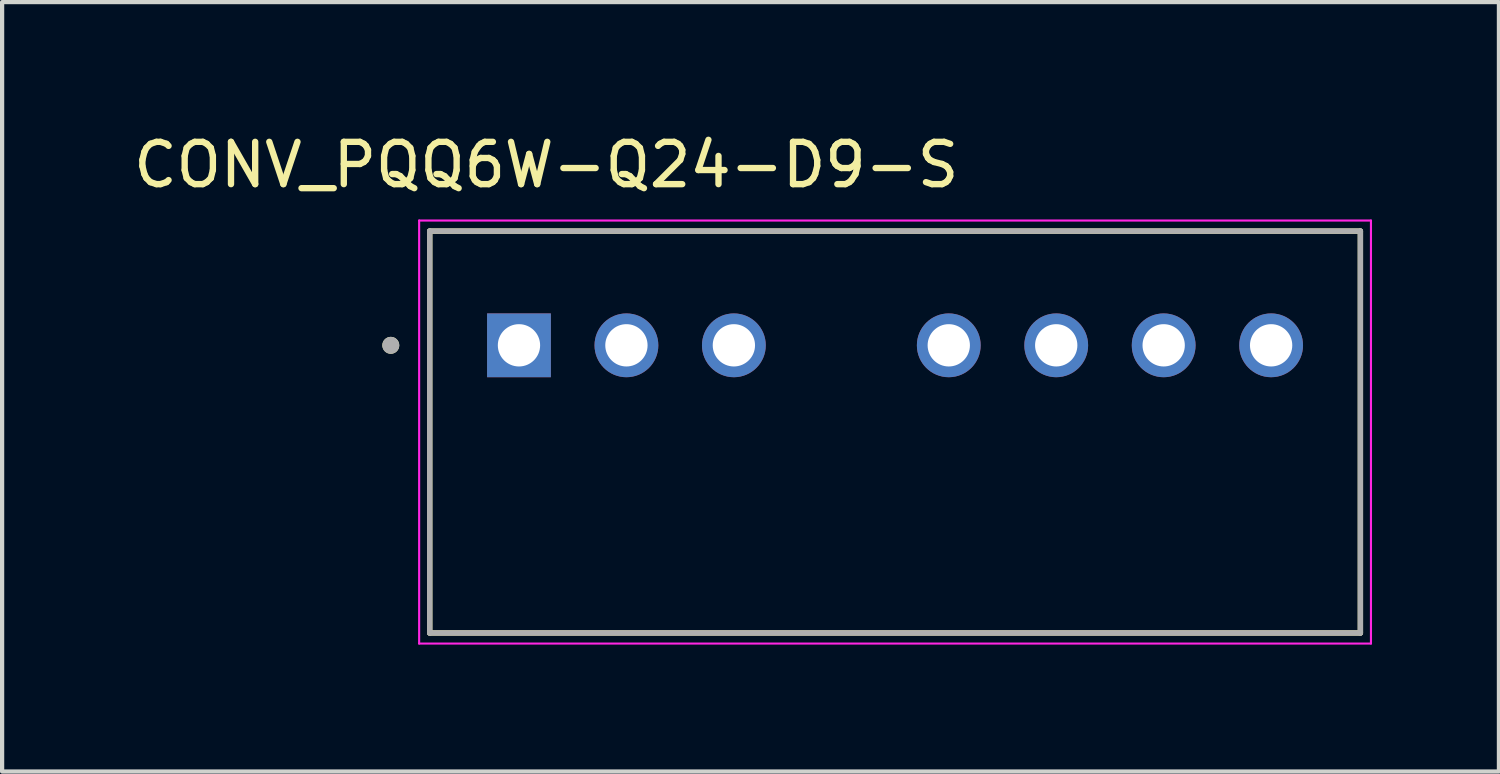
<source format=kicad_pcb>
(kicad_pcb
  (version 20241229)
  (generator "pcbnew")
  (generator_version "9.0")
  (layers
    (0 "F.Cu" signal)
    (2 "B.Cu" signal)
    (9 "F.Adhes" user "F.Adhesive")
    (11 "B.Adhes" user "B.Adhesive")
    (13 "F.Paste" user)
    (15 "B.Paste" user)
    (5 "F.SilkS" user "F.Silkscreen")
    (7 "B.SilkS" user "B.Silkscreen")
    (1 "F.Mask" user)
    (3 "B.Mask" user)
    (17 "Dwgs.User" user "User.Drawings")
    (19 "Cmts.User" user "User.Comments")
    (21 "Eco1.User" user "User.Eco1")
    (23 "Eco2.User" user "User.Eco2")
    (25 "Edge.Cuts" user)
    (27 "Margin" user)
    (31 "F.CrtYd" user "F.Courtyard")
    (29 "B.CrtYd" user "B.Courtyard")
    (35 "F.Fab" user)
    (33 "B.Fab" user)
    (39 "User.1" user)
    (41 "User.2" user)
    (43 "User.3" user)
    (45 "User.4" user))
  (footprint "CONV_PQQ6W-Q24-D9-S"
    (layer "F.Cu")
    (at 18.108 7.163)
    (property "Reference" "CONV_PQQ6W-Q24-D9-S" (at -8.245 -6.315 0) (layer "F.SilkS") (effects (font (size 1 1) (thickness 0.15))))
    (attr through_hole)
    (fp_line (start -11 -4.75) (end 11 -4.75) (stroke (width 0.127) (type solid)) (layer "F.SilkS"))
    (fp_line (start -11 4.75) (end -11 -4.75) (stroke (width 0.127) (type solid)) (layer "F.SilkS"))
    (fp_line (start 11 -4.75) (end 11 4.75) (stroke (width 0.127) (type solid)) (layer "F.SilkS"))
    (fp_line (start 11 4.75) (end -11 4.75) (stroke (width 0.127) (type solid)) (layer "F.SilkS"))
    (fp_circle (center -11.92 -2.05) (end -11.82 -2.05) (stroke (width 0.2) (type solid)) (fill no) (layer "F.SilkS"))
    (fp_line (start -11.25 -5) (end -11.25 5) (stroke (width 0.05) (type solid)) (layer "F.CrtYd"))
    (fp_line (start -11.25 5) (end 11.25 5) (stroke (width 0.05) (type solid)) (layer "F.CrtYd"))
    (fp_line (start 11.25 -5) (end -11.25 -5) (stroke (width 0.05) (type solid)) (layer "F.CrtYd"))
    (fp_line (start 11.25 5) (end 11.25 -5) (stroke (width 0.05) (type solid)) (layer "F.CrtYd"))
    (fp_line (start -11 -4.75) (end 11 -4.75) (stroke (width 0.127) (type solid)) (layer "F.Fab"))
    (fp_line (start -11 4.75) (end -11 -4.75) (stroke (width 0.127) (type solid)) (layer "F.Fab"))
    (fp_line (start 11 -4.75) (end 11 4.75) (stroke (width 0.127) (type solid)) (layer "F.Fab"))
    (fp_line (start 11 4.75) (end -11 4.75) (stroke (width 0.127) (type solid)) (layer "F.Fab"))
    (fp_circle (center -11.92 -2.05) (end -11.82 -2.05) (stroke (width 0.2) (type solid)) (fill no) (layer "F.Fab"))
    (pad "1" thru_hole rect (at -8.89 -2.05) (size 1.508 1.508) (drill 1) (layers "*.Cu" "*.Mask"))
    (pad "2" thru_hole circle (at -6.35 -2.05) (size 1.508 1.508) (drill 1) (layers "*.Cu" "*.Mask"))
    (pad "3" thru_hole circle (at -3.81 -2.05) (size 1.508 1.508) (drill 1) (layers "*.Cu" "*.Mask"))
    (pad "5" thru_hole circle (at 1.27 -2.05) (size 1.508 1.508) (drill 1) (layers "*.Cu" "*.Mask"))
    (pad "6" thru_hole circle (at 3.81 -2.05) (size 1.508 1.508) (drill 1) (layers "*.Cu" "*.Mask"))
    (pad "7" thru_hole circle (at 6.35 -2.05) (size 1.508 1.508) (drill 1) (layers "*.Cu" "*.Mask"))
    (pad "8" thru_hole circle (at 8.89 -2.05) (size 1.508 1.508) (drill 1) (layers "*.Cu" "*.Mask")))
  (gr_rect
    (start -3 -3)
    (end 32.383 15.188)
    (stroke (width 0.1) (type default))
    (fill no)
    (layer "Edge.Cuts")))
</source>
